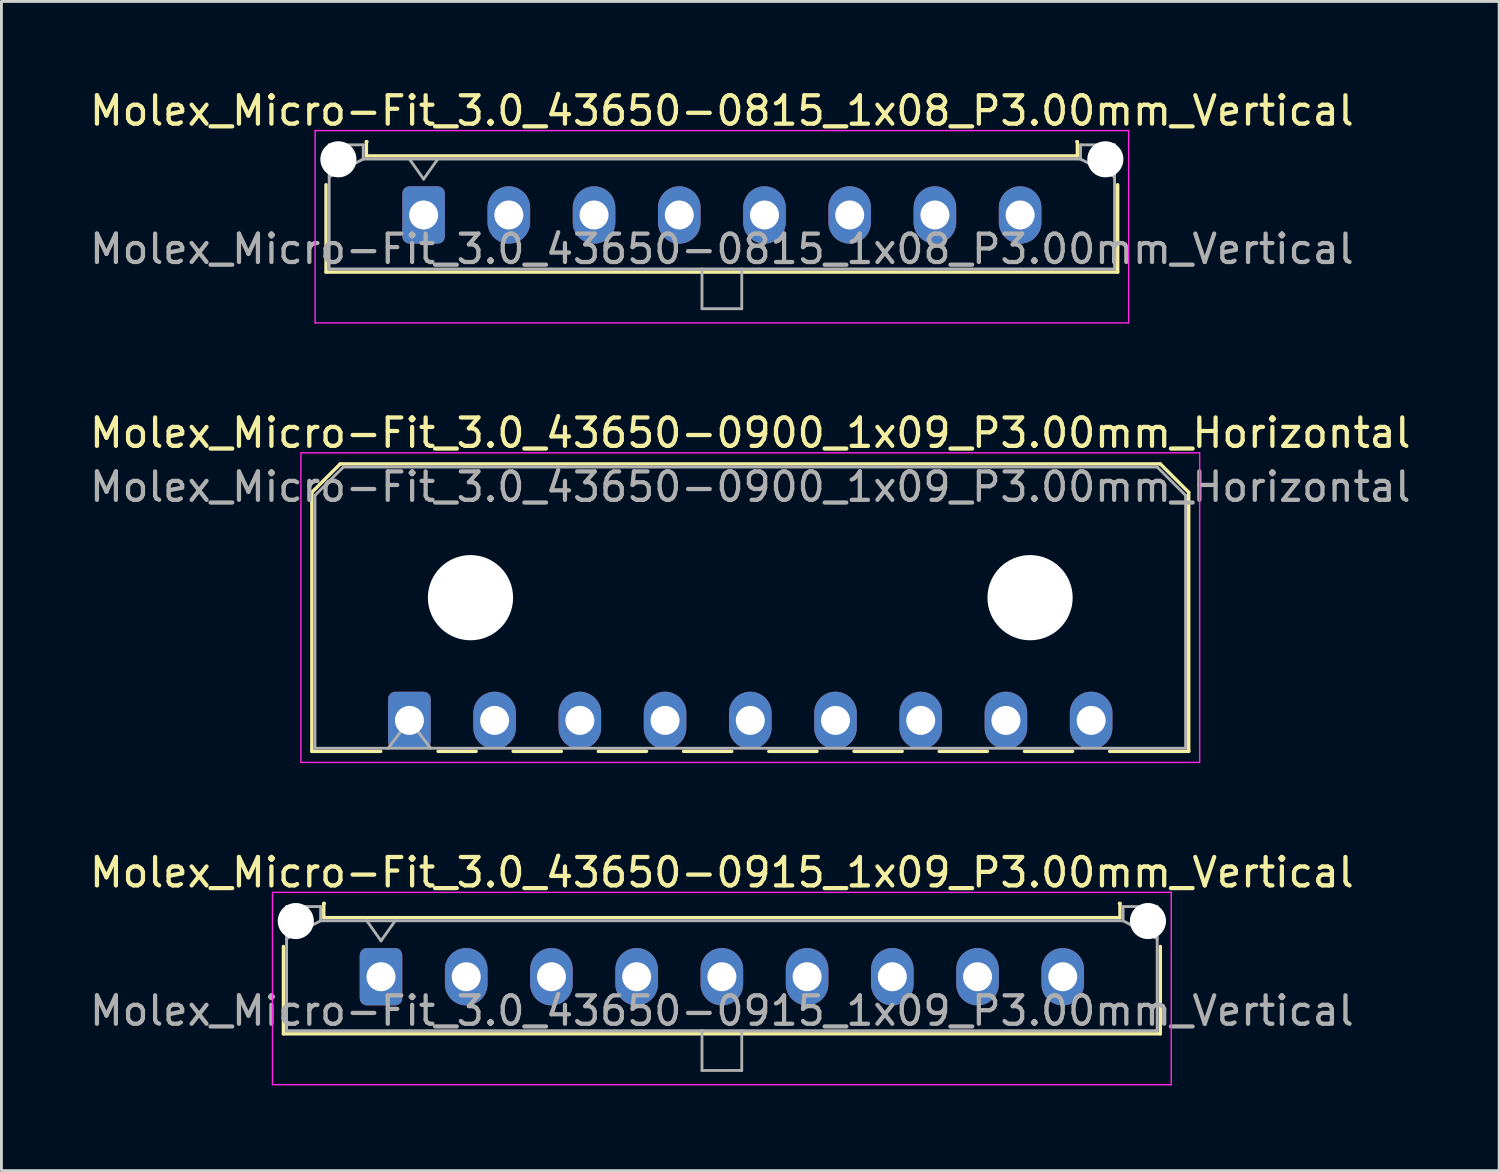
<source format=kicad_pcb>
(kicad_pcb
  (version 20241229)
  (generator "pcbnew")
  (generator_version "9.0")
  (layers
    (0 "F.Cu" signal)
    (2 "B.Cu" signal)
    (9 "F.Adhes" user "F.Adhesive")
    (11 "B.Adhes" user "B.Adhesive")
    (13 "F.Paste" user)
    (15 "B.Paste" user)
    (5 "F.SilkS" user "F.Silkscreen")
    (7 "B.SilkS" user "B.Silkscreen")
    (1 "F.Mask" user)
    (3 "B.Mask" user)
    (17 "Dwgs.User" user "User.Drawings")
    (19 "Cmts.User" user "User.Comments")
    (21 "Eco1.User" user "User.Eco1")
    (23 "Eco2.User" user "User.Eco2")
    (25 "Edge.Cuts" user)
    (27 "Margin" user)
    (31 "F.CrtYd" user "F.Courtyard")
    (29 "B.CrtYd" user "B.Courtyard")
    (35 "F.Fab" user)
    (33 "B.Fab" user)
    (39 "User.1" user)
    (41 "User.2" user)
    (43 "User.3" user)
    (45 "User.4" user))
  (footprint "Molex_Micro-Fit_3.0_43650-0915_1x09_P3.00mm_Vertical"
    (layer "F.Cu")
    (at 10.363 31.335)
    (property "Reference" "Molex_Micro-Fit_3.0_43650-0915_1x09_P3.00mm_Vertical" (at 12 -3.67 0) (layer "F.SilkS") (effects (font (size 1 1) (thickness 0.15))))
    (attr through_hole)
    (fp_line (start -3.435 -1.065) (end -3.435 2.01) (stroke (width 0.12) (type solid)) (layer "F.SilkS"))
    (fp_line (start -3.435 2.01) (end 27.435 2.01) (stroke (width 0.12) (type solid)) (layer "F.SilkS"))
    (fp_line (start -2.015 -2.58) (end -2.015 -2.08) (stroke (width 0.12) (type solid)) (layer "F.SilkS"))
    (fp_line (start -2.015 -2.08) (end 26.015 -2.08) (stroke (width 0.12) (type solid)) (layer "F.SilkS"))
    (fp_line (start -1.995 -2.58) (end -2.015 -2.58) (stroke (width 0.12) (type solid)) (layer "F.SilkS"))
    (fp_line (start 26.015 -2.58) (end 25.995 -2.58) (stroke (width 0.12) (type solid)) (layer "F.SilkS"))
    (fp_line (start 26.015 -2.08) (end 26.015 -2.58) (stroke (width 0.12) (type solid)) (layer "F.SilkS"))
    (fp_line (start 27.435 2.01) (end 27.435 -1.065) (stroke (width 0.12) (type solid)) (layer "F.SilkS"))
    (fp_line (start -3.82 -2.97) (end 27.82 -2.97) (stroke (width 0.05) (type solid)) (layer "F.CrtYd"))
    (fp_line (start -3.82 3.8) (end -3.82 -2.97) (stroke (width 0.05) (type solid)) (layer "F.CrtYd"))
    (fp_line (start 27.82 -2.97) (end 27.82 3.8) (stroke (width 0.05) (type solid)) (layer "F.CrtYd"))
    (fp_line (start 27.82 3.8) (end -3.82 3.8) (stroke (width 0.05) (type solid)) (layer "F.CrtYd"))
    (fp_line (start -3.325 -2.47) (end -3.325 1.9) (stroke (width 0.1) (type solid)) (layer "F.Fab"))
    (fp_line (start -3.325 -1.34) (end -2.125 -1.97) (stroke (width 0.1) (type solid)) (layer "F.Fab"))
    (fp_line (start -3.325 1.9) (end 27.325 1.9) (stroke (width 0.1) (type solid)) (layer "F.Fab"))
    (fp_line (start -2.125 -2.47) (end -3.325 -2.47) (stroke (width 0.1) (type solid)) (layer "F.Fab"))
    (fp_line (start -2.125 -1.97) (end -2.125 -2.47) (stroke (width 0.1) (type solid)) (layer "F.Fab"))
    (fp_line (start -0.5 -1.97) (end 0 -1.263) (stroke (width 0.1) (type solid)) (layer "F.Fab"))
    (fp_line (start 0 -1.263) (end 0.5 -1.97) (stroke (width 0.1) (type solid)) (layer "F.Fab"))
    (fp_line (start 11.3 1.9) (end 11.3 3.3) (stroke (width 0.1) (type solid)) (layer "F.Fab"))
    (fp_line (start 11.3 3.3) (end 12.7 3.3) (stroke (width 0.1) (type solid)) (layer "F.Fab"))
    (fp_line (start 12.7 3.3) (end 12.7 1.9) (stroke (width 0.1) (type solid)) (layer "F.Fab"))
    (fp_line (start 26.125 -2.47) (end 26.125 -1.97) (stroke (width 0.1) (type solid)) (layer "F.Fab"))
    (fp_line (start 26.125 -1.97) (end -2.125 -1.97) (stroke (width 0.1) (type solid)) (layer "F.Fab"))
    (fp_line (start 27.325 -2.47) (end 26.125 -2.47) (stroke (width 0.1) (type solid)) (layer "F.Fab"))
    (fp_line (start 27.325 -1.34) (end 26.125 -1.97) (stroke (width 0.1) (type solid)) (layer "F.Fab"))
    (fp_line (start 27.325 1.9) (end 27.325 -2.47) (stroke (width 0.1) (type solid)) (layer "F.Fab"))
    (fp_text user "${REFERENCE}" (at 12 1.2 0) (layer "F.Fab") (effects (font (size 1 1) (thickness 0.15))))
    (pad "" np_thru_hole circle (at -3 -1.96) (size 1.27 1.27) (drill 1.27) (layers "*.Cu" "*.Mask"))
    (pad "" np_thru_hole circle (at 27 -1.96) (size 1.27 1.27) (drill 1.27) (layers "*.Cu" "*.Mask"))
    (pad "1" thru_hole roundrect (at 0 0) (size 1.5 2.02) (drill 1.02) (layers "*.Cu" "*.Mask") (roundrect_rratio 0.167))
    (pad "2" thru_hole oval (at 3 0) (size 1.5 2.02) (drill 1.02) (layers "*.Cu" "*.Mask"))
    (pad "3" thru_hole oval (at 6 0) (size 1.5 2.02) (drill 1.02) (layers "*.Cu" "*.Mask"))
    (pad "4" thru_hole oval (at 9 0) (size 1.5 2.02) (drill 1.02) (layers "*.Cu" "*.Mask"))
    (pad "5" thru_hole oval (at 12 0) (size 1.5 2.02) (drill 1.02) (layers "*.Cu" "*.Mask"))
    (pad "6" thru_hole oval (at 15 0) (size 1.5 2.02) (drill 1.02) (layers "*.Cu" "*.Mask"))
    (pad "7" thru_hole oval (at 18 0) (size 1.5 2.02) (drill 1.02) (layers "*.Cu" "*.Mask"))
    (pad "8" thru_hole oval (at 21 0) (size 1.5 2.02) (drill 1.02) (layers "*.Cu" "*.Mask"))
    (pad "9" thru_hole oval (at 24 0) (size 1.5 2.02) (drill 1.02) (layers "*.Cu" "*.Mask")))
  (footprint "Molex_Micro-Fit_3.0_43650-0815_1x08_P3.00mm_Vertical"
    (layer "F.Cu")
    (at 11.863 4.518)
    (property "Reference" "Molex_Micro-Fit_3.0_43650-0815_1x08_P3.00mm_Vertical" (at 10.5 -3.67 0) (layer "F.SilkS") (effects (font (size 1 1) (thickness 0.15))))
    (attr through_hole)
    (fp_line (start -3.435 -1.065) (end -3.435 2.01) (stroke (width 0.12) (type solid)) (layer "F.SilkS"))
    (fp_line (start -3.435 2.01) (end 24.435 2.01) (stroke (width 0.12) (type solid)) (layer "F.SilkS"))
    (fp_line (start -2.015 -2.58) (end -2.015 -2.08) (stroke (width 0.12) (type solid)) (layer "F.SilkS"))
    (fp_line (start -2.015 -2.08) (end 23.015 -2.08) (stroke (width 0.12) (type solid)) (layer "F.SilkS"))
    (fp_line (start -1.995 -2.58) (end -2.015 -2.58) (stroke (width 0.12) (type solid)) (layer "F.SilkS"))
    (fp_line (start 23.015 -2.58) (end 22.995 -2.58) (stroke (width 0.12) (type solid)) (layer "F.SilkS"))
    (fp_line (start 23.015 -2.08) (end 23.015 -2.58) (stroke (width 0.12) (type solid)) (layer "F.SilkS"))
    (fp_line (start 24.435 2.01) (end 24.435 -1.065) (stroke (width 0.12) (type solid)) (layer "F.SilkS"))
    (fp_line (start -3.82 -2.97) (end 24.82 -2.97) (stroke (width 0.05) (type solid)) (layer "F.CrtYd"))
    (fp_line (start -3.82 3.8) (end -3.82 -2.97) (stroke (width 0.05) (type solid)) (layer "F.CrtYd"))
    (fp_line (start 24.82 -2.97) (end 24.82 3.8) (stroke (width 0.05) (type solid)) (layer "F.CrtYd"))
    (fp_line (start 24.82 3.8) (end -3.82 3.8) (stroke (width 0.05) (type solid)) (layer "F.CrtYd"))
    (fp_line (start -3.325 -2.47) (end -3.325 1.9) (stroke (width 0.1) (type solid)) (layer "F.Fab"))
    (fp_line (start -3.325 -1.34) (end -2.125 -1.97) (stroke (width 0.1) (type solid)) (layer "F.Fab"))
    (fp_line (start -3.325 1.9) (end 24.325 1.9) (stroke (width 0.1) (type solid)) (layer "F.Fab"))
    (fp_line (start -2.125 -2.47) (end -3.325 -2.47) (stroke (width 0.1) (type solid)) (layer "F.Fab"))
    (fp_line (start -2.125 -1.97) (end -2.125 -2.47) (stroke (width 0.1) (type solid)) (layer "F.Fab"))
    (fp_line (start -0.5 -1.97) (end 0 -1.263) (stroke (width 0.1) (type solid)) (layer "F.Fab"))
    (fp_line (start 0 -1.263) (end 0.5 -1.97) (stroke (width 0.1) (type solid)) (layer "F.Fab"))
    (fp_line (start 9.8 1.9) (end 9.8 3.3) (stroke (width 0.1) (type solid)) (layer "F.Fab"))
    (fp_line (start 9.8 3.3) (end 11.2 3.3) (stroke (width 0.1) (type solid)) (layer "F.Fab"))
    (fp_line (start 11.2 3.3) (end 11.2 1.9) (stroke (width 0.1) (type solid)) (layer "F.Fab"))
    (fp_line (start 23.125 -2.47) (end 23.125 -1.97) (stroke (width 0.1) (type solid)) (layer "F.Fab"))
    (fp_line (start 23.125 -1.97) (end -2.125 -1.97) (stroke (width 0.1) (type solid)) (layer "F.Fab"))
    (fp_line (start 24.325 -2.47) (end 23.125 -2.47) (stroke (width 0.1) (type solid)) (layer "F.Fab"))
    (fp_line (start 24.325 -1.34) (end 23.125 -1.97) (stroke (width 0.1) (type solid)) (layer "F.Fab"))
    (fp_line (start 24.325 1.9) (end 24.325 -2.47) (stroke (width 0.1) (type solid)) (layer "F.Fab"))
    (fp_text user "${REFERENCE}" (at 10.5 1.2 0) (layer "F.Fab") (effects (font (size 1 1) (thickness 0.15))))
    (pad "" np_thru_hole circle (at -3 -1.96) (size 1.27 1.27) (drill 1.27) (layers "*.Cu" "*.Mask"))
    (pad "" np_thru_hole circle (at 24 -1.96) (size 1.27 1.27) (drill 1.27) (layers "*.Cu" "*.Mask"))
    (pad "1" thru_hole roundrect (at 0 0) (size 1.5 2.02) (drill 1.02) (layers "*.Cu" "*.Mask") (roundrect_rratio 0.167))
    (pad "2" thru_hole oval (at 3 0) (size 1.5 2.02) (drill 1.02) (layers "*.Cu" "*.Mask"))
    (pad "3" thru_hole oval (at 6 0) (size 1.5 2.02) (drill 1.02) (layers "*.Cu" "*.Mask"))
    (pad "4" thru_hole oval (at 9 0) (size 1.5 2.02) (drill 1.02) (layers "*.Cu" "*.Mask"))
    (pad "5" thru_hole oval (at 12 0) (size 1.5 2.02) (drill 1.02) (layers "*.Cu" "*.Mask"))
    (pad "6" thru_hole oval (at 15 0) (size 1.5 2.02) (drill 1.02) (layers "*.Cu" "*.Mask"))
    (pad "7" thru_hole oval (at 18 0) (size 1.5 2.02) (drill 1.02) (layers "*.Cu" "*.Mask"))
    (pad "8" thru_hole oval (at 21 0) (size 1.5 2.02) (drill 1.02) (layers "*.Cu" "*.Mask")))
  (footprint "Molex_Micro-Fit_3.0_43650-0900_1x09_P3.00mm_Horizontal"
    (layer "F.Cu")
    (at 11.363 22.311)
    (property "Reference" "Molex_Micro-Fit_3.0_43650-0900_1x09_P3.00mm_Horizontal" (at 12 -10.12 0) (layer "F.SilkS") (effects (font (size 1 1) (thickness 0.15))))
    (attr through_hole)
    (fp_line (start -3.435 -8.03) (end -2.435 -9.03) (stroke (width 0.12) (type solid)) (layer "F.SilkS"))
    (fp_line (start -3.435 1.09) (end -3.435 -8.03) (stroke (width 0.12) (type solid)) (layer "F.SilkS"))
    (fp_line (start -3.435 1.09) (end -1.01 1.09) (stroke (width 0.12) (type solid)) (layer "F.SilkS"))
    (fp_line (start -2.435 -9.03) (end 26.435 -9.03) (stroke (width 0.12) (type solid)) (layer "F.SilkS"))
    (fp_line (start 1.01 1.09) (end 2.348 1.09) (stroke (width 0.12) (type solid)) (layer "F.SilkS"))
    (fp_line (start 3.652 1.09) (end 5.348 1.09) (stroke (width 0.12) (type solid)) (layer "F.SilkS"))
    (fp_line (start 6.652 1.09) (end 8.348 1.09) (stroke (width 0.12) (type solid)) (layer "F.SilkS"))
    (fp_line (start 9.652 1.09) (end 11.348 1.09) (stroke (width 0.12) (type solid)) (layer "F.SilkS"))
    (fp_line (start 12.652 1.09) (end 14.348 1.09) (stroke (width 0.12) (type solid)) (layer "F.SilkS"))
    (fp_line (start 15.652 1.09) (end 17.348 1.09) (stroke (width 0.12) (type solid)) (layer "F.SilkS"))
    (fp_line (start 18.652 1.09) (end 20.348 1.09) (stroke (width 0.12) (type solid)) (layer "F.SilkS"))
    (fp_line (start 21.652 1.09) (end 23.348 1.09) (stroke (width 0.12) (type solid)) (layer "F.SilkS"))
    (fp_line (start 26.435 -9.03) (end 27.435 -8.03) (stroke (width 0.12) (type solid)) (layer "F.SilkS"))
    (fp_line (start 27.435 -8.03) (end 27.435 1.09) (stroke (width 0.12) (type solid)) (layer "F.SilkS"))
    (fp_line (start 27.435 1.09) (end 24.652 1.09) (stroke (width 0.12) (type solid)) (layer "F.SilkS"))
    (fp_line (start -3.82 -9.42) (end 27.82 -9.42) (stroke (width 0.05) (type solid)) (layer "F.CrtYd"))
    (fp_line (start -3.82 1.48) (end -3.82 -9.42) (stroke (width 0.05) (type solid)) (layer "F.CrtYd"))
    (fp_line (start 27.82 -9.42) (end 27.82 1.48) (stroke (width 0.05) (type solid)) (layer "F.CrtYd"))
    (fp_line (start 27.82 1.48) (end -3.82 1.48) (stroke (width 0.05) (type solid)) (layer "F.CrtYd"))
    (fp_line (start -3.325 -7.92) (end -2.325 -8.92) (stroke (width 0.1) (type solid)) (layer "F.Fab"))
    (fp_line (start -3.325 0.98) (end -3.325 -7.92) (stroke (width 0.1) (type solid)) (layer "F.Fab"))
    (fp_line (start -2.325 -8.92) (end 26.325 -8.92) (stroke (width 0.1) (type solid)) (layer "F.Fab"))
    (fp_line (start -0.75 0.98) (end 0 0) (stroke (width 0.1) (type solid)) (layer "F.Fab"))
    (fp_line (start 0 0) (end 0.75 0.98) (stroke (width 0.1) (type solid)) (layer "F.Fab"))
    (fp_line (start 26.325 -8.92) (end 27.325 -7.92) (stroke (width 0.1) (type solid)) (layer "F.Fab"))
    (fp_line (start 27.325 -7.92) (end 27.325 0.98) (stroke (width 0.1) (type solid)) (layer "F.Fab"))
    (fp_line (start 27.325 0.98) (end -3.325 0.98) (stroke (width 0.1) (type solid)) (layer "F.Fab"))
    (fp_text user "${REFERENCE}" (at 12 -8.22 0) (layer "F.Fab") (effects (font (size 1 1) (thickness 0.15))))
    (pad "" np_thru_hole circle (at 2.15 -4.32) (size 3 3) (drill 3) (layers "*.Cu" "*.Mask"))
    (pad "" np_thru_hole circle (at 21.85 -4.32) (size 3 3) (drill 3) (layers "*.Cu" "*.Mask"))
    (pad "1" thru_hole roundrect (at 0 0) (size 1.5 2.02) (drill 1.02) (layers "*.Cu" "*.Mask") (roundrect_rratio 0.167))
    (pad "2" thru_hole oval (at 3 0) (size 1.5 2.02) (drill 1.02) (layers "*.Cu" "*.Mask"))
    (pad "3" thru_hole oval (at 6 0) (size 1.5 2.02) (drill 1.02) (layers "*.Cu" "*.Mask"))
    (pad "4" thru_hole oval (at 9 0) (size 1.5 2.02) (drill 1.02) (layers "*.Cu" "*.Mask"))
    (pad "5" thru_hole oval (at 12 0) (size 1.5 2.02) (drill 1.02) (layers "*.Cu" "*.Mask"))
    (pad "6" thru_hole oval (at 15 0) (size 1.5 2.02) (drill 1.02) (layers "*.Cu" "*.Mask"))
    (pad "7" thru_hole oval (at 18 0) (size 1.5 2.02) (drill 1.02) (layers "*.Cu" "*.Mask"))
    (pad "8" thru_hole oval (at 21 0) (size 1.5 2.02) (drill 1.02) (layers "*.Cu" "*.Mask"))
    (pad "9" thru_hole oval (at 24 0) (size 1.5 2.02) (drill 1.02) (layers "*.Cu" "*.Mask")))
  (gr_rect
    (start -3 -3)
    (end 49.726 38.16)
    (stroke (width 0.1) (type default))
    (fill no)
    (layer "Edge.Cuts")))
</source>
